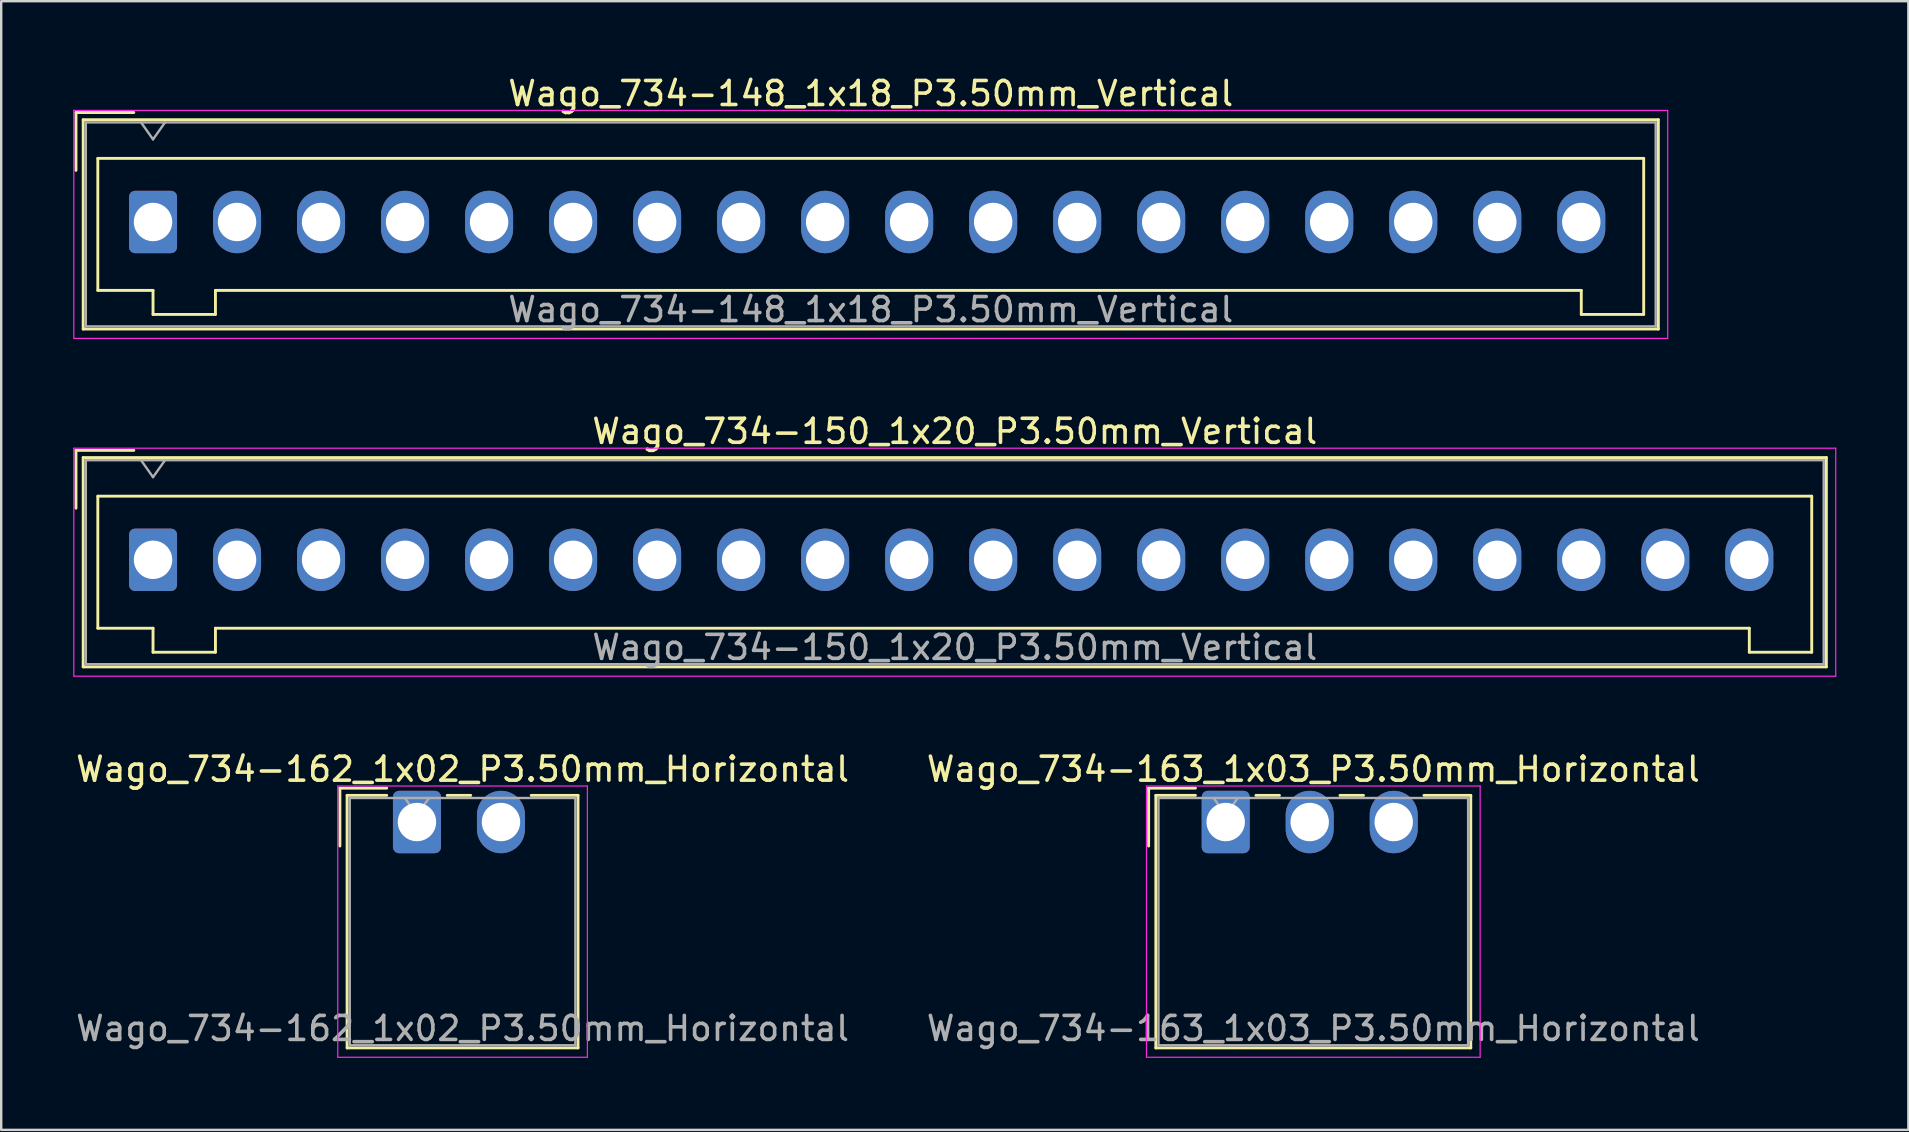
<source format=kicad_pcb>
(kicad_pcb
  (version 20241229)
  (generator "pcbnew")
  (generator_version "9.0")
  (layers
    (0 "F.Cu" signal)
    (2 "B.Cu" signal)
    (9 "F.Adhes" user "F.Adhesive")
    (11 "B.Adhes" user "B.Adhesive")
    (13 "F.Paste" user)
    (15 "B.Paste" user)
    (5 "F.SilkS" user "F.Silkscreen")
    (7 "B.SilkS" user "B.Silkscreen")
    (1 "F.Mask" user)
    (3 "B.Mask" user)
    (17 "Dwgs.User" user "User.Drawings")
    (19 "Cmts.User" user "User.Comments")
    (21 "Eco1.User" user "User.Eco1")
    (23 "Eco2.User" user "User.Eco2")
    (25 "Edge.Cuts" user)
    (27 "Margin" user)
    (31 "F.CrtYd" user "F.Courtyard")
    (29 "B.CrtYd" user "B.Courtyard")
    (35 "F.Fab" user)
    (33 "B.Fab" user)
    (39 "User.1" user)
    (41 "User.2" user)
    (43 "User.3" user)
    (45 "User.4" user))
  (footprint "Wago_734-148_1x18_P3.50mm_Vertical"
    (layer "F.Cu")
    (at 3.325 6.198)
    (property "Reference" "Wago_734-148_1x18_P3.50mm_Vertical" (at 29.9 -5.35 0) (layer "F.SilkS") (effects (font (size 1 1) (thickness 0.15))))
    (attr through_hole)
    (fp_line (start -3.21 -4.56) (end -0.8 -4.56) (stroke (width 0.12) (type solid)) (layer "F.SilkS"))
    (fp_line (start -3.21 -2.15) (end -3.21 -4.56) (stroke (width 0.12) (type solid)) (layer "F.SilkS"))
    (fp_line (start -2.91 -4.26) (end -2.91 4.46) (stroke (width 0.12) (type solid)) (layer "F.SilkS"))
    (fp_line (start -2.91 4.46) (end 62.71 4.46) (stroke (width 0.12) (type solid)) (layer "F.SilkS"))
    (fp_line (start -2.3 -2.65) (end -2.3 2.85) (stroke (width 0.12) (type solid)) (layer "F.SilkS"))
    (fp_line (start -2.3 2.85) (end 0 2.85) (stroke (width 0.12) (type solid)) (layer "F.SilkS"))
    (fp_line (start 0 2.85) (end 0 3.85) (stroke (width 0.12) (type solid)) (layer "F.SilkS"))
    (fp_line (start 0 3.85) (end 2.6 3.85) (stroke (width 0.12) (type solid)) (layer "F.SilkS"))
    (fp_line (start 2.6 2.85) (end 59.5 2.85) (stroke (width 0.12) (type solid)) (layer "F.SilkS"))
    (fp_line (start 2.6 3.85) (end 2.6 2.85) (stroke (width 0.12) (type solid)) (layer "F.SilkS"))
    (fp_line (start 59.5 2.85) (end 59.5 3.85) (stroke (width 0.12) (type solid)) (layer "F.SilkS"))
    (fp_line (start 59.5 3.85) (end 62.1 3.85) (stroke (width 0.12) (type solid)) (layer "F.SilkS"))
    (fp_line (start 62.1 -2.65) (end -2.3 -2.65) (stroke (width 0.12) (type solid)) (layer "F.SilkS"))
    (fp_line (start 62.1 3.85) (end 62.1 -2.65) (stroke (width 0.12) (type solid)) (layer "F.SilkS"))
    (fp_line (start 62.71 -4.26) (end -2.91 -4.26) (stroke (width 0.12) (type solid)) (layer "F.SilkS"))
    (fp_line (start 62.71 4.46) (end 62.71 -4.26) (stroke (width 0.12) (type solid)) (layer "F.SilkS"))
    (fp_line (start -3.3 -4.65) (end -3.3 4.85) (stroke (width 0.05) (type solid)) (layer "F.CrtYd"))
    (fp_line (start -3.3 4.85) (end 63.1 4.85) (stroke (width 0.05) (type solid)) (layer "F.CrtYd"))
    (fp_line (start 63.1 -4.65) (end -3.3 -4.65) (stroke (width 0.05) (type solid)) (layer "F.CrtYd"))
    (fp_line (start 63.1 4.85) (end 63.1 -4.65) (stroke (width 0.05) (type solid)) (layer "F.CrtYd"))
    (fp_line (start -2.8 -4.15) (end -2.8 4.35) (stroke (width 0.1) (type solid)) (layer "F.Fab"))
    (fp_line (start -2.8 4.35) (end 62.6 4.35) (stroke (width 0.1) (type solid)) (layer "F.Fab"))
    (fp_line (start -0.5 -4.15) (end 0 -3.443) (stroke (width 0.1) (type solid)) (layer "F.Fab"))
    (fp_line (start 0 -3.443) (end 0.5 -4.15) (stroke (width 0.1) (type solid)) (layer "F.Fab"))
    (fp_line (start 62.6 -4.15) (end -2.8 -4.15) (stroke (width 0.1) (type solid)) (layer "F.Fab"))
    (fp_line (start 62.6 4.35) (end 62.6 -4.15) (stroke (width 0.1) (type solid)) (layer "F.Fab"))
    (fp_text user "${REFERENCE}" (at 29.9 3.65 0) (layer "F.Fab") (effects (font (size 1 1) (thickness 0.15))))
    (pad "1" thru_hole roundrect (at 0 0) (size 2 2.6) (drill 1.6) (layers "*.Cu" "*.Mask") (roundrect_rratio 0.125))
    (pad "2" thru_hole oval (at 3.5 0) (size 2 2.6) (drill 1.6) (layers "*.Cu" "*.Mask"))
    (pad "3" thru_hole oval (at 7 0) (size 2 2.6) (drill 1.6) (layers "*.Cu" "*.Mask"))
    (pad "4" thru_hole oval (at 10.5 0) (size 2 2.6) (drill 1.6) (layers "*.Cu" "*.Mask"))
    (pad "5" thru_hole oval (at 14 0) (size 2 2.6) (drill 1.6) (layers "*.Cu" "*.Mask"))
    (pad "6" thru_hole oval (at 17.5 0) (size 2 2.6) (drill 1.6) (layers "*.Cu" "*.Mask"))
    (pad "7" thru_hole oval (at 21 0) (size 2 2.6) (drill 1.6) (layers "*.Cu" "*.Mask"))
    (pad "8" thru_hole oval (at 24.5 0) (size 2 2.6) (drill 1.6) (layers "*.Cu" "*.Mask"))
    (pad "9" thru_hole oval (at 28 0) (size 2 2.6) (drill 1.6) (layers "*.Cu" "*.Mask"))
    (pad "10" thru_hole oval (at 31.5 0) (size 2 2.6) (drill 1.6) (layers "*.Cu" "*.Mask"))
    (pad "11" thru_hole oval (at 35 0) (size 2 2.6) (drill 1.6) (layers "*.Cu" "*.Mask"))
    (pad "12" thru_hole oval (at 38.5 0) (size 2 2.6) (drill 1.6) (layers "*.Cu" "*.Mask"))
    (pad "13" thru_hole oval (at 42 0) (size 2 2.6) (drill 1.6) (layers "*.Cu" "*.Mask"))
    (pad "14" thru_hole oval (at 45.5 0) (size 2 2.6) (drill 1.6) (layers "*.Cu" "*.Mask"))
    (pad "15" thru_hole oval (at 49 0) (size 2 2.6) (drill 1.6) (layers "*.Cu" "*.Mask"))
    (pad "16" thru_hole oval (at 52.5 0) (size 2 2.6) (drill 1.6) (layers "*.Cu" "*.Mask"))
    (pad "17" thru_hole oval (at 56 0) (size 2 2.6) (drill 1.6) (layers "*.Cu" "*.Mask"))
    (pad "18" thru_hole oval (at 59.5 0) (size 2 2.6) (drill 1.6) (layers "*.Cu" "*.Mask")))
  (footprint "Wago_734-150_1x20_P3.50mm_Vertical"
    (layer "F.Cu")
    (at 3.325 20.271)
    (property "Reference" "Wago_734-150_1x20_P3.50mm_Vertical" (at 33.4 -5.35 0) (layer "F.SilkS") (effects (font (size 1 1) (thickness 0.15))))
    (attr through_hole)
    (fp_line (start -3.21 -4.56) (end -0.8 -4.56) (stroke (width 0.12) (type solid)) (layer "F.SilkS"))
    (fp_line (start -3.21 -2.15) (end -3.21 -4.56) (stroke (width 0.12) (type solid)) (layer "F.SilkS"))
    (fp_line (start -2.91 -4.26) (end -2.91 4.46) (stroke (width 0.12) (type solid)) (layer "F.SilkS"))
    (fp_line (start -2.91 4.46) (end 69.71 4.46) (stroke (width 0.12) (type solid)) (layer "F.SilkS"))
    (fp_line (start -2.3 -2.65) (end -2.3 2.85) (stroke (width 0.12) (type solid)) (layer "F.SilkS"))
    (fp_line (start -2.3 2.85) (end 0 2.85) (stroke (width 0.12) (type solid)) (layer "F.SilkS"))
    (fp_line (start 0 2.85) (end 0 3.85) (stroke (width 0.12) (type solid)) (layer "F.SilkS"))
    (fp_line (start 0 3.85) (end 2.6 3.85) (stroke (width 0.12) (type solid)) (layer "F.SilkS"))
    (fp_line (start 2.6 2.85) (end 66.5 2.85) (stroke (width 0.12) (type solid)) (layer "F.SilkS"))
    (fp_line (start 2.6 3.85) (end 2.6 2.85) (stroke (width 0.12) (type solid)) (layer "F.SilkS"))
    (fp_line (start 66.5 2.85) (end 66.5 3.85) (stroke (width 0.12) (type solid)) (layer "F.SilkS"))
    (fp_line (start 66.5 3.85) (end 69.1 3.85) (stroke (width 0.12) (type solid)) (layer "F.SilkS"))
    (fp_line (start 69.1 -2.65) (end -2.3 -2.65) (stroke (width 0.12) (type solid)) (layer "F.SilkS"))
    (fp_line (start 69.1 3.85) (end 69.1 -2.65) (stroke (width 0.12) (type solid)) (layer "F.SilkS"))
    (fp_line (start 69.71 -4.26) (end -2.91 -4.26) (stroke (width 0.12) (type solid)) (layer "F.SilkS"))
    (fp_line (start 69.71 4.46) (end 69.71 -4.26) (stroke (width 0.12) (type solid)) (layer "F.SilkS"))
    (fp_line (start -3.3 -4.65) (end -3.3 4.85) (stroke (width 0.05) (type solid)) (layer "F.CrtYd"))
    (fp_line (start -3.3 4.85) (end 70.1 4.85) (stroke (width 0.05) (type solid)) (layer "F.CrtYd"))
    (fp_line (start 70.1 -4.65) (end -3.3 -4.65) (stroke (width 0.05) (type solid)) (layer "F.CrtYd"))
    (fp_line (start 70.1 4.85) (end 70.1 -4.65) (stroke (width 0.05) (type solid)) (layer "F.CrtYd"))
    (fp_line (start -2.8 -4.15) (end -2.8 4.35) (stroke (width 0.1) (type solid)) (layer "F.Fab"))
    (fp_line (start -2.8 4.35) (end 69.6 4.35) (stroke (width 0.1) (type solid)) (layer "F.Fab"))
    (fp_line (start -0.5 -4.15) (end 0 -3.443) (stroke (width 0.1) (type solid)) (layer "F.Fab"))
    (fp_line (start 0 -3.443) (end 0.5 -4.15) (stroke (width 0.1) (type solid)) (layer "F.Fab"))
    (fp_line (start 69.6 -4.15) (end -2.8 -4.15) (stroke (width 0.1) (type solid)) (layer "F.Fab"))
    (fp_line (start 69.6 4.35) (end 69.6 -4.15) (stroke (width 0.1) (type solid)) (layer "F.Fab"))
    (fp_text user "${REFERENCE}" (at 33.4 3.65 0) (layer "F.Fab") (effects (font (size 1 1) (thickness 0.15))))
    (pad "1" thru_hole roundrect (at 0 0) (size 2 2.6) (drill 1.6) (layers "*.Cu" "*.Mask") (roundrect_rratio 0.125))
    (pad "2" thru_hole oval (at 3.5 0) (size 2 2.6) (drill 1.6) (layers "*.Cu" "*.Mask"))
    (pad "3" thru_hole oval (at 7 0) (size 2 2.6) (drill 1.6) (layers "*.Cu" "*.Mask"))
    (pad "4" thru_hole oval (at 10.5 0) (size 2 2.6) (drill 1.6) (layers "*.Cu" "*.Mask"))
    (pad "5" thru_hole oval (at 14 0) (size 2 2.6) (drill 1.6) (layers "*.Cu" "*.Mask"))
    (pad "6" thru_hole oval (at 17.5 0) (size 2 2.6) (drill 1.6) (layers "*.Cu" "*.Mask"))
    (pad "7" thru_hole oval (at 21 0) (size 2 2.6) (drill 1.6) (layers "*.Cu" "*.Mask"))
    (pad "8" thru_hole oval (at 24.5 0) (size 2 2.6) (drill 1.6) (layers "*.Cu" "*.Mask"))
    (pad "9" thru_hole oval (at 28 0) (size 2 2.6) (drill 1.6) (layers "*.Cu" "*.Mask"))
    (pad "10" thru_hole oval (at 31.5 0) (size 2 2.6) (drill 1.6) (layers "*.Cu" "*.Mask"))
    (pad "11" thru_hole oval (at 35 0) (size 2 2.6) (drill 1.6) (layers "*.Cu" "*.Mask"))
    (pad "12" thru_hole oval (at 38.5 0) (size 2 2.6) (drill 1.6) (layers "*.Cu" "*.Mask"))
    (pad "13" thru_hole oval (at 42 0) (size 2 2.6) (drill 1.6) (layers "*.Cu" "*.Mask"))
    (pad "14" thru_hole oval (at 45.5 0) (size 2 2.6) (drill 1.6) (layers "*.Cu" "*.Mask"))
    (pad "15" thru_hole oval (at 49 0) (size 2 2.6) (drill 1.6) (layers "*.Cu" "*.Mask"))
    (pad "16" thru_hole oval (at 52.5 0) (size 2 2.6) (drill 1.6) (layers "*.Cu" "*.Mask"))
    (pad "17" thru_hole oval (at 56 0) (size 2 2.6) (drill 1.6) (layers "*.Cu" "*.Mask"))
    (pad "18" thru_hole oval (at 59.5 0) (size 2 2.6) (drill 1.6) (layers "*.Cu" "*.Mask"))
    (pad "19" thru_hole oval (at 63 0) (size 2 2.6) (drill 1.6) (layers "*.Cu" "*.Mask"))
    (pad "20" thru_hole oval (at 66.5 0) (size 2 2.6) (drill 1.6) (layers "*.Cu" "*.Mask")))
  (footprint "Wago_734-162_1x02_P3.50mm_Horizontal"
    (layer "F.Cu")
    (at 14.32 31.195)
    (property "Reference" "Wago_734-162_1x02_P3.50mm_Horizontal" (at 1.9 -2.2 0) (layer "F.SilkS") (effects (font (size 1 1) (thickness 0.15))))
    (attr through_hole)
    (fp_line (start -3.21 -1.41) (end -1.26 -1.41) (stroke (width 0.12) (type solid)) (layer "F.SilkS"))
    (fp_line (start -3.21 1) (end -3.21 -1.41) (stroke (width 0.12) (type solid)) (layer "F.SilkS"))
    (fp_line (start -2.91 -1.11) (end -2.91 9.41) (stroke (width 0.12) (type solid)) (layer "F.SilkS"))
    (fp_line (start -2.91 9.41) (end 6.71 9.41) (stroke (width 0.12) (type solid)) (layer "F.SilkS"))
    (fp_line (start -1.26 -1.11) (end -2.91 -1.11) (stroke (width 0.12) (type solid)) (layer "F.SilkS"))
    (fp_line (start 1.26 -1.11) (end 2.24 -1.11) (stroke (width 0.12) (type solid)) (layer "F.SilkS"))
    (fp_line (start 6.71 -1.11) (end 4.76 -1.11) (stroke (width 0.12) (type solid)) (layer "F.SilkS"))
    (fp_line (start 6.71 9.41) (end 6.71 -1.11) (stroke (width 0.12) (type solid)) (layer "F.SilkS"))
    (fp_line (start -3.3 -1.5) (end -3.3 9.8) (stroke (width 0.05) (type solid)) (layer "F.CrtYd"))
    (fp_line (start -3.3 9.8) (end 7.1 9.8) (stroke (width 0.05) (type solid)) (layer "F.CrtYd"))
    (fp_line (start 7.1 -1.5) (end -3.3 -1.5) (stroke (width 0.05) (type solid)) (layer "F.CrtYd"))
    (fp_line (start 7.1 9.8) (end 7.1 -1.5) (stroke (width 0.05) (type solid)) (layer "F.CrtYd"))
    (fp_line (start -2.8 -1) (end -2.8 9.3) (stroke (width 0.1) (type solid)) (layer "F.Fab"))
    (fp_line (start -2.8 9.3) (end 6.6 9.3) (stroke (width 0.1) (type solid)) (layer "F.Fab"))
    (fp_line (start -0.5 -1) (end 0 -0.293) (stroke (width 0.1) (type solid)) (layer "F.Fab"))
    (fp_line (start 0 -0.293) (end 0.5 -1) (stroke (width 0.1) (type solid)) (layer "F.Fab"))
    (fp_line (start 6.6 -1) (end -2.8 -1) (stroke (width 0.1) (type solid)) (layer "F.Fab"))
    (fp_line (start 6.6 9.3) (end 6.6 -1) (stroke (width 0.1) (type solid)) (layer "F.Fab"))
    (fp_text user "${REFERENCE}" (at 1.9 8.6 0) (layer "F.Fab") (effects (font (size 1 1) (thickness 0.15))))
    (pad "1" thru_hole roundrect (at 0 0) (size 2 2.6) (drill 1.6) (layers "*.Cu" "*.Mask") (roundrect_rratio 0.125))
    (pad "2" thru_hole oval (at 3.5 0) (size 2 2.6) (drill 1.6) (layers "*.Cu" "*.Mask")))
  (footprint "Wago_734-163_1x03_P3.50mm_Horizontal"
    (layer "F.Cu")
    (at 48.011 31.195)
    (property "Reference" "Wago_734-163_1x03_P3.50mm_Horizontal" (at 3.65 -2.2 0) (layer "F.SilkS") (effects (font (size 1 1) (thickness 0.15))))
    (attr through_hole)
    (fp_line (start -3.21 -1.41) (end -1.26 -1.41) (stroke (width 0.12) (type solid)) (layer "F.SilkS"))
    (fp_line (start -3.21 1) (end -3.21 -1.41) (stroke (width 0.12) (type solid)) (layer "F.SilkS"))
    (fp_line (start -2.91 -1.11) (end -2.91 9.41) (stroke (width 0.12) (type solid)) (layer "F.SilkS"))
    (fp_line (start -2.91 9.41) (end 10.21 9.41) (stroke (width 0.12) (type solid)) (layer "F.SilkS"))
    (fp_line (start -1.26 -1.11) (end -2.91 -1.11) (stroke (width 0.12) (type solid)) (layer "F.SilkS"))
    (fp_line (start 1.26 -1.11) (end 2.24 -1.11) (stroke (width 0.12) (type solid)) (layer "F.SilkS"))
    (fp_line (start 4.76 -1.11) (end 5.74 -1.11) (stroke (width 0.12) (type solid)) (layer "F.SilkS"))
    (fp_line (start 10.21 -1.11) (end 8.26 -1.11) (stroke (width 0.12) (type solid)) (layer "F.SilkS"))
    (fp_line (start 10.21 9.41) (end 10.21 -1.11) (stroke (width 0.12) (type solid)) (layer "F.SilkS"))
    (fp_line (start -3.3 -1.5) (end -3.3 9.8) (stroke (width 0.05) (type solid)) (layer "F.CrtYd"))
    (fp_line (start -3.3 9.8) (end 10.6 9.8) (stroke (width 0.05) (type solid)) (layer "F.CrtYd"))
    (fp_line (start 10.6 -1.5) (end -3.3 -1.5) (stroke (width 0.05) (type solid)) (layer "F.CrtYd"))
    (fp_line (start 10.6 9.8) (end 10.6 -1.5) (stroke (width 0.05) (type solid)) (layer "F.CrtYd"))
    (fp_line (start -2.8 -1) (end -2.8 9.3) (stroke (width 0.1) (type solid)) (layer "F.Fab"))
    (fp_line (start -2.8 9.3) (end 10.1 9.3) (stroke (width 0.1) (type solid)) (layer "F.Fab"))
    (fp_line (start -0.5 -1) (end 0 -0.293) (stroke (width 0.1) (type solid)) (layer "F.Fab"))
    (fp_line (start 0 -0.293) (end 0.5 -1) (stroke (width 0.1) (type solid)) (layer "F.Fab"))
    (fp_line (start 10.1 -1) (end -2.8 -1) (stroke (width 0.1) (type solid)) (layer "F.Fab"))
    (fp_line (start 10.1 9.3) (end 10.1 -1) (stroke (width 0.1) (type solid)) (layer "F.Fab"))
    (fp_text user "${REFERENCE}" (at 3.65 8.6 0) (layer "F.Fab") (effects (font (size 1 1) (thickness 0.15))))
    (pad "1" thru_hole roundrect (at 0 0) (size 2 2.6) (drill 1.6) (layers "*.Cu" "*.Mask") (roundrect_rratio 0.125))
    (pad "2" thru_hole oval (at 3.5 0) (size 2 2.6) (drill 1.6) (layers "*.Cu" "*.Mask"))
    (pad "3" thru_hole oval (at 7 0) (size 2 2.6) (drill 1.6) (layers "*.Cu" "*.Mask")))
  (gr_rect
    (start -3 -3)
    (end 76.45 44.02)
    (stroke (width 0.1) (type default))
    (fill no)
    (layer "Edge.Cuts")))
</source>
